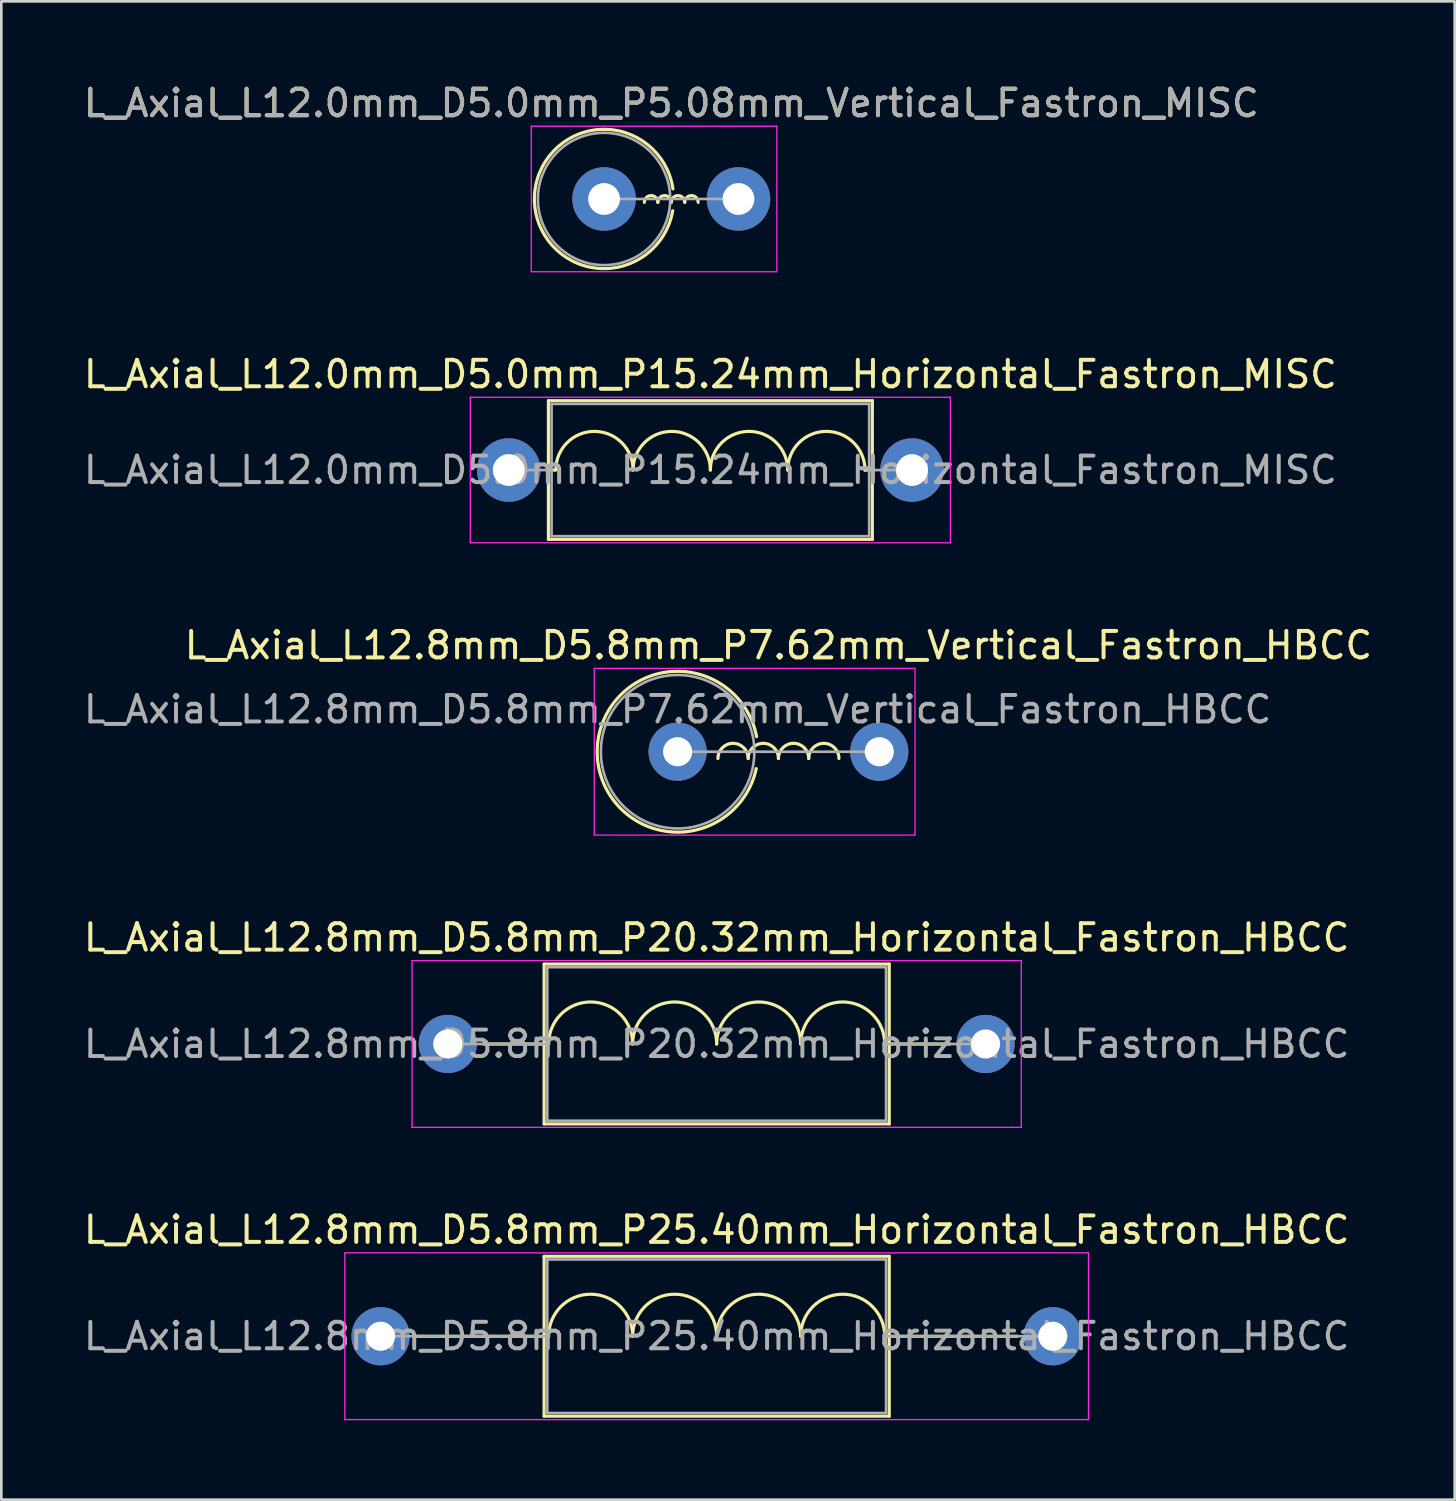
<source format=kicad_pcb>
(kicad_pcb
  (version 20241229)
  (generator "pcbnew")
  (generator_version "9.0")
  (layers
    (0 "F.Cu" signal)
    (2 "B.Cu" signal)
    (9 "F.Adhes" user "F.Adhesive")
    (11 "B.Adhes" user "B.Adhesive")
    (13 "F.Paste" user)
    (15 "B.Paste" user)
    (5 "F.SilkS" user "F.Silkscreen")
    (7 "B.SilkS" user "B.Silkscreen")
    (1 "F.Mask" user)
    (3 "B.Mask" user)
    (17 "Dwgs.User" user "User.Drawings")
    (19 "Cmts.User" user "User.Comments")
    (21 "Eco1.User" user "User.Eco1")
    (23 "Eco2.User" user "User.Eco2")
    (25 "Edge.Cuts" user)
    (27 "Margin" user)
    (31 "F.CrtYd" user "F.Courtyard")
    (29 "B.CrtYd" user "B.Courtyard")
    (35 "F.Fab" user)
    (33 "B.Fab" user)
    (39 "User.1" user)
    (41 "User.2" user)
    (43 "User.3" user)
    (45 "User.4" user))
  (footprint "L_Axial_L12.8mm_D5.8mm_P20.32mm_Horizontal_Fastron_HBCC"
    (layer "F.Cu")
    (at 13.87 36.398)
    (property "Reference" "L_Axial_L12.8mm_D5.8mm_P20.32mm_Horizontal_Fastron_HBCC" (at 10.16 -4.02 0) (layer "F.SilkS") (effects (font (size 1 1) (thickness 0.15))))
    (attr through_hole)
    (fp_line (start 1.34 0) (end 3.64 0) (stroke (width 0.12) (type solid)) (layer "F.SilkS"))
    (fp_line (start 3.64 -3.02) (end 3.64 3.02) (stroke (width 0.12) (type solid)) (layer "F.SilkS"))
    (fp_line (start 3.64 3.02) (end 16.68 3.02) (stroke (width 0.12) (type solid)) (layer "F.SilkS"))
    (fp_line (start 3.81 0) (end 3.619 0) (stroke (width 0.12) (type solid)) (layer "F.SilkS"))
    (fp_line (start 16.51 0) (end 16.68 0) (stroke (width 0.12) (type solid)) (layer "F.SilkS"))
    (fp_line (start 16.68 -3.02) (end 3.64 -3.02) (stroke (width 0.12) (type solid)) (layer "F.SilkS"))
    (fp_line (start 16.68 3.02) (end 16.68 -3.02) (stroke (width 0.12) (type solid)) (layer "F.SilkS"))
    (fp_line (start 18.98 0) (end 16.68 0) (stroke (width 0.12) (type solid)) (layer "F.SilkS"))
    (fp_arc (start 3.81 0) (mid 5.3975 -1.5875) (end 6.985 0) (stroke (width 0.12) (type solid)) (layer "F.SilkS"))
    (fp_arc (start 6.985 0) (mid 8.5725 -1.5875) (end 10.16 0) (stroke (width 0.12) (type solid)) (layer "F.SilkS"))
    (fp_arc (start 10.16 0) (mid 11.7475 -1.5875) (end 13.335 0) (stroke (width 0.12) (type solid)) (layer "F.SilkS"))
    (fp_arc (start 13.335 0) (mid 14.9225 -1.5875) (end 16.51 0) (stroke (width 0.12) (type solid)) (layer "F.SilkS"))
    (fp_line (start -1.35 -3.15) (end -1.35 3.15) (stroke (width 0.05) (type solid)) (layer "F.CrtYd"))
    (fp_line (start -1.35 3.15) (end 21.67 3.15) (stroke (width 0.05) (type solid)) (layer "F.CrtYd"))
    (fp_line (start 21.67 -3.15) (end -1.35 -3.15) (stroke (width 0.05) (type solid)) (layer "F.CrtYd"))
    (fp_line (start 21.67 3.15) (end 21.67 -3.15) (stroke (width 0.05) (type solid)) (layer "F.CrtYd"))
    (fp_line (start 0 0) (end 3.76 0) (stroke (width 0.1) (type solid)) (layer "F.Fab"))
    (fp_line (start 3.76 -2.9) (end 3.76 2.9) (stroke (width 0.1) (type solid)) (layer "F.Fab"))
    (fp_line (start 3.76 2.9) (end 16.56 2.9) (stroke (width 0.1) (type solid)) (layer "F.Fab"))
    (fp_line (start 16.56 -2.9) (end 3.76 -2.9) (stroke (width 0.1) (type solid)) (layer "F.Fab"))
    (fp_line (start 16.56 2.9) (end 16.56 -2.9) (stroke (width 0.1) (type solid)) (layer "F.Fab"))
    (fp_line (start 20.32 0) (end 16.56 0) (stroke (width 0.1) (type solid)) (layer "F.Fab"))
    (fp_text user "${REFERENCE}" (at 10.16 0 0) (layer "F.Fab") (effects (font (size 1 1) (thickness 0.15))))
    (pad "1" thru_hole circle (at 0 0) (size 2.2 2.2) (drill 1.1) (layers "*.Cu" "*.Mask"))
    (pad "2" thru_hole oval (at 20.32 0) (size 2.2 2.2) (drill 1.1) (layers "*.Cu" "*.Mask")))
  (footprint "L_Axial_L12.0mm_D5.0mm_P5.08mm_Vertical_Fastron_MISC"
    (layer "F.Cu")
    (at 19.775 4.468)
    (property "Reference" "L_Axial_L12.0mm_D5.0mm_P5.08mm_Vertical_Fastron_MISC" (at 2.54 -3.62 0) (layer "F.SilkS") (effects (font (size 1 1) (thickness 0.15))))
    (attr through_hole)
    (fp_arc (start 1.524 0.127) (mid 1.778 -0.127) (end 2.032 0.127) (stroke (width 0.12) (type solid)) (layer "F.SilkS"))
    (fp_arc (start 2.032 0.127) (mid 2.286 -0.127) (end 2.54 0.127) (stroke (width 0.12) (type solid)) (layer "F.SilkS"))
    (fp_arc (start 2.54 0.127) (mid 2.794 -0.127) (end 3.048 0.127) (stroke (width 0.12) (type solid)) (layer "F.SilkS"))
    (fp_arc (start 2.5937 0.442827) (mid -2.631045 -0.031299) (end 2.6035 -0.381) (stroke (width 0.12) (type solid)) (layer "F.SilkS"))
    (fp_arc (start 3.048 0.127) (mid 3.302 -0.127) (end 3.556 0.127) (stroke (width 0.12) (type solid)) (layer "F.SilkS"))
    (fp_line (start -2.75 -2.75) (end -2.75 2.75) (stroke (width 0.05) (type solid)) (layer "F.CrtYd"))
    (fp_line (start -2.75 2.75) (end 6.53 2.75) (stroke (width 0.05) (type solid)) (layer "F.CrtYd"))
    (fp_line (start 6.53 -2.75) (end -2.75 -2.75) (stroke (width 0.05) (type solid)) (layer "F.CrtYd"))
    (fp_line (start 6.53 2.75) (end 6.53 -2.75) (stroke (width 0.05) (type solid)) (layer "F.CrtYd"))
    (fp_line (start 0 0) (end 5.08 0) (stroke (width 0.1) (type solid)) (layer "F.Fab"))
    (fp_circle (center 0 0) (end 2.5 0) (stroke (width 0.1) (type solid)) (fill no) (layer "F.Fab"))
    (fp_text user "${REFERENCE}" (at 2.54 -3.62 0) (layer "F.Fab") (effects (font (size 1 1) (thickness 0.15))))
    (pad "1" thru_hole circle (at 0 0) (size 2.4 2.4) (drill 1.2) (layers "*.Cu" "*.Mask"))
    (pad "2" thru_hole oval (at 5.08 0) (size 2.4 2.4) (drill 1.2) (layers "*.Cu" "*.Mask")))
  (footprint "L_Axial_L12.8mm_D5.8mm_P25.40mm_Horizontal_Fastron_HBCC"
    (layer "F.Cu")
    (at 11.33 47.441)
    (property "Reference" "L_Axial_L12.8mm_D5.8mm_P25.40mm_Horizontal_Fastron_HBCC" (at 12.7 -4.02 0) (layer "F.SilkS") (effects (font (size 1 1) (thickness 0.15))))
    (attr through_hole)
    (fp_line (start 1.34 0) (end 6.18 0) (stroke (width 0.12) (type solid)) (layer "F.SilkS"))
    (fp_line (start 6.18 -3.02) (end 6.18 3.02) (stroke (width 0.12) (type solid)) (layer "F.SilkS"))
    (fp_line (start 6.18 3.02) (end 19.22 3.02) (stroke (width 0.12) (type solid)) (layer "F.SilkS"))
    (fp_line (start 6.35 0) (end 6.16 0) (stroke (width 0.12) (type solid)) (layer "F.SilkS"))
    (fp_line (start 19.05 0) (end 19.22 0) (stroke (width 0.12) (type solid)) (layer "F.SilkS"))
    (fp_line (start 19.22 -3.02) (end 6.18 -3.02) (stroke (width 0.12) (type solid)) (layer "F.SilkS"))
    (fp_line (start 19.22 3.02) (end 19.22 -3.02) (stroke (width 0.12) (type solid)) (layer "F.SilkS"))
    (fp_line (start 24.06 0) (end 19.22 0) (stroke (width 0.12) (type solid)) (layer "F.SilkS"))
    (fp_arc (start 6.35 0) (mid 7.9375 -1.5875) (end 9.525 0) (stroke (width 0.12) (type solid)) (layer "F.SilkS"))
    (fp_arc (start 9.525 0) (mid 11.1125 -1.5875) (end 12.7 0) (stroke (width 0.12) (type solid)) (layer "F.SilkS"))
    (fp_arc (start 12.7 0) (mid 14.2875 -1.5875) (end 15.875 0) (stroke (width 0.12) (type solid)) (layer "F.SilkS"))
    (fp_arc (start 15.875 0) (mid 17.4625 -1.5875) (end 19.05 0) (stroke (width 0.12) (type solid)) (layer "F.SilkS"))
    (fp_line (start -1.35 -3.15) (end -1.35 3.15) (stroke (width 0.05) (type solid)) (layer "F.CrtYd"))
    (fp_line (start -1.35 3.15) (end 26.75 3.15) (stroke (width 0.05) (type solid)) (layer "F.CrtYd"))
    (fp_line (start 26.75 -3.15) (end -1.35 -3.15) (stroke (width 0.05) (type solid)) (layer "F.CrtYd"))
    (fp_line (start 26.75 3.15) (end 26.75 -3.15) (stroke (width 0.05) (type solid)) (layer "F.CrtYd"))
    (fp_line (start 0 0) (end 6.3 0) (stroke (width 0.1) (type solid)) (layer "F.Fab"))
    (fp_line (start 6.3 -2.9) (end 6.3 2.9) (stroke (width 0.1) (type solid)) (layer "F.Fab"))
    (fp_line (start 6.3 2.9) (end 19.1 2.9) (stroke (width 0.1) (type solid)) (layer "F.Fab"))
    (fp_line (start 19.1 -2.9) (end 6.3 -2.9) (stroke (width 0.1) (type solid)) (layer "F.Fab"))
    (fp_line (start 19.1 2.9) (end 19.1 -2.9) (stroke (width 0.1) (type solid)) (layer "F.Fab"))
    (fp_line (start 25.4 0) (end 19.1 0) (stroke (width 0.1) (type solid)) (layer "F.Fab"))
    (fp_text user "${REFERENCE}" (at 12.7 0 0) (layer "F.Fab") (effects (font (size 1 1) (thickness 0.15))))
    (pad "1" thru_hole circle (at 0 0) (size 2.2 2.2) (drill 1.1) (layers "*.Cu" "*.Mask"))
    (pad "2" thru_hole oval (at 25.4 0) (size 2.2 2.2) (drill 1.1) (layers "*.Cu" "*.Mask")))
  (footprint "L_Axial_L12.0mm_D5.0mm_P15.24mm_Horizontal_Fastron_MISC"
    (layer "F.Cu")
    (at 16.172 14.711)
    (property "Reference" "L_Axial_L12.0mm_D5.0mm_P15.24mm_Horizontal_Fastron_MISC" (at 7.62 -3.62 0) (layer "F.SilkS") (effects (font (size 1 1) (thickness 0.15))))
    (attr through_hole)
    (fp_line (start 1.44 0) (end 1.5 0) (stroke (width 0.12) (type solid)) (layer "F.SilkS"))
    (fp_line (start 1.5 -2.62) (end 1.5 2.62) (stroke (width 0.12) (type solid)) (layer "F.SilkS"))
    (fp_line (start 1.5 2.62) (end 13.74 2.62) (stroke (width 0.12) (type solid)) (layer "F.SilkS"))
    (fp_line (start 1.746 0) (end 1.46 0) (stroke (width 0.12) (type solid)) (layer "F.SilkS"))
    (fp_line (start 13.462 0) (end 13.78 0) (stroke (width 0.12) (type solid)) (layer "F.SilkS"))
    (fp_line (start 13.74 -2.62) (end 1.5 -2.62) (stroke (width 0.12) (type solid)) (layer "F.SilkS"))
    (fp_line (start 13.74 2.62) (end 13.74 -2.62) (stroke (width 0.12) (type solid)) (layer "F.SilkS"))
    (fp_line (start 13.8 0) (end 13.74 0) (stroke (width 0.12) (type solid)) (layer "F.SilkS"))
    (fp_arc (start 1.778 0) (mid 3.2385 -1.4605) (end 4.699 0) (stroke (width 0.12) (type solid)) (layer "F.SilkS"))
    (fp_arc (start 4.699 0) (mid 6.1595 -1.4605) (end 7.62 0) (stroke (width 0.12) (type solid)) (layer "F.SilkS"))
    (fp_arc (start 7.62 0) (mid 9.0805 -1.4605) (end 10.541 0) (stroke (width 0.12) (type solid)) (layer "F.SilkS"))
    (fp_arc (start 10.541 0) (mid 12.0015 -1.4605) (end 13.462 0) (stroke (width 0.12) (type solid)) (layer "F.SilkS"))
    (fp_line (start -1.45 -2.75) (end -1.45 2.75) (stroke (width 0.05) (type solid)) (layer "F.CrtYd"))
    (fp_line (start -1.45 2.75) (end 16.69 2.75) (stroke (width 0.05) (type solid)) (layer "F.CrtYd"))
    (fp_line (start 16.69 -2.75) (end -1.45 -2.75) (stroke (width 0.05) (type solid)) (layer "F.CrtYd"))
    (fp_line (start 16.69 2.75) (end 16.69 -2.75) (stroke (width 0.05) (type solid)) (layer "F.CrtYd"))
    (fp_line (start 0 0) (end 1.62 0) (stroke (width 0.1) (type solid)) (layer "F.Fab"))
    (fp_line (start 1.62 -2.5) (end 1.62 2.5) (stroke (width 0.1) (type solid)) (layer "F.Fab"))
    (fp_line (start 1.62 2.5) (end 13.62 2.5) (stroke (width 0.1) (type solid)) (layer "F.Fab"))
    (fp_line (start 13.62 -2.5) (end 1.62 -2.5) (stroke (width 0.1) (type solid)) (layer "F.Fab"))
    (fp_line (start 13.62 2.5) (end 13.62 -2.5) (stroke (width 0.1) (type solid)) (layer "F.Fab"))
    (fp_line (start 15.24 0) (end 13.62 0) (stroke (width 0.1) (type solid)) (layer "F.Fab"))
    (fp_text user "${REFERENCE}" (at 7.62 0 0) (layer "F.Fab") (effects (font (size 1 1) (thickness 0.15))))
    (pad "1" thru_hole circle (at 0 0) (size 2.4 2.4) (drill 1.2) (layers "*.Cu" "*.Mask"))
    (pad "2" thru_hole oval (at 15.24 0) (size 2.4 2.4) (drill 1.2) (layers "*.Cu" "*.Mask")))
  (footprint "L_Axial_L12.8mm_D5.8mm_P7.62mm_Vertical_Fastron_HBCC"
    (layer "F.Cu")
    (at 22.554 25.355)
    (property "Reference" "L_Axial_L12.8mm_D5.8mm_P7.62mm_Vertical_Fastron_HBCC" (at 3.81 -4.02 0) (layer "F.SilkS") (effects (font (size 1 1) (thickness 0.15))))
    (attr through_hole)
    (fp_arc (start 1.524 0.254) (mid 2.0955 -0.3175) (end 2.667 0.254) (stroke (width 0.12) (type solid)) (layer "F.SilkS"))
    (fp_arc (start 2.667 0.254) (mid 3.2385 -0.3175) (end 3.81 0.254) (stroke (width 0.12) (type solid)) (layer "F.SilkS"))
    (fp_arc (start 2.971329 0.636439) (mid -3.038545 -0.033131) (end 2.9845 -0.5715) (stroke (width 0.12) (type solid)) (layer "F.SilkS"))
    (fp_arc (start 3.81 0.254) (mid 4.3815 -0.3175) (end 4.953 0.254) (stroke (width 0.12) (type solid)) (layer "F.SilkS"))
    (fp_arc (start 4.953 0.254) (mid 5.5245 -0.3175) (end 6.096 0.254) (stroke (width 0.12) (type solid)) (layer "F.SilkS"))
    (fp_line (start -3.15 -3.15) (end -3.15 3.15) (stroke (width 0.05) (type solid)) (layer "F.CrtYd"))
    (fp_line (start -3.15 3.15) (end 8.97 3.15) (stroke (width 0.05) (type solid)) (layer "F.CrtYd"))
    (fp_line (start 8.97 -3.15) (end -3.15 -3.15) (stroke (width 0.05) (type solid)) (layer "F.CrtYd"))
    (fp_line (start 8.97 3.15) (end 8.97 -3.15) (stroke (width 0.05) (type solid)) (layer "F.CrtYd"))
    (fp_line (start 0 0) (end 7.62 0) (stroke (width 0.1) (type solid)) (layer "F.Fab"))
    (fp_circle (center 0 0) (end 2.9 0) (stroke (width 0.1) (type solid)) (fill no) (layer "F.Fab"))
    (fp_text user "${REFERENCE}" (at 0 -1.6 0) (layer "F.Fab") (effects (font (size 1 1) (thickness 0.15))))
    (pad "1" thru_hole circle (at 0 0) (size 2.2 2.2) (drill 1.1) (layers "*.Cu" "*.Mask"))
    (pad "2" thru_hole oval (at 7.62 0) (size 2.2 2.2) (drill 1.1) (layers "*.Cu" "*.Mask")))
  (gr_rect
    (start -3 -3)
    (end 51.917 53.616)
    (stroke (width 0.1) (type default))
    (fill no)
    (layer "Edge.Cuts")))
</source>
